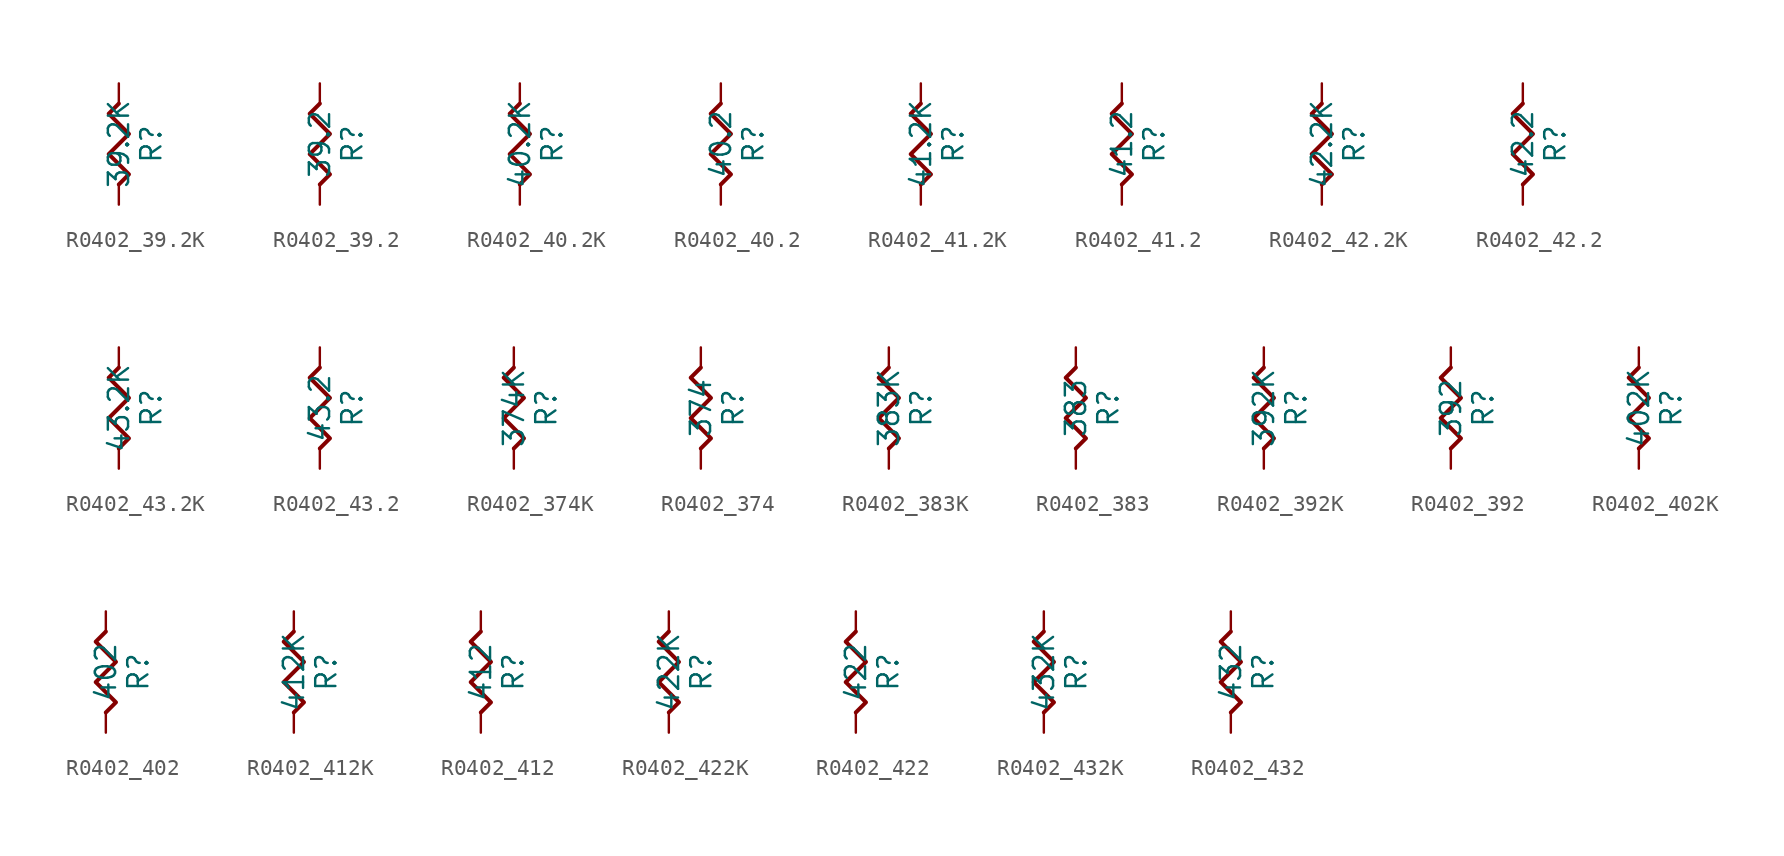
<source format=kicad_sym>
(kicad_symbol_lib
  (version 20211014)
  (generator atlantix-eda)
  (symbol "R0402_39.2K"
    (pin_numbers hide)
    (pin_names
      (offset 0))
    (property "Reference" "R"
      (at 2.032 0 90)
      (effects (font (size 1.27 1.27))))
    (property "Value" "39.2K"
      (at 0 0 90)
      (effects (font (size 1.27 1.27))))
    (symbol "R0402_39.2K_0_1"
      (polyline (pts (xy 0 -2.54) (xy 0.635 -1.905) (xy -0.635 -0.635) (xy 0.635 0.635) (xy -0.635 1.905) (xy 0 2.54)) (stroke (width 0.254) (type default) (color 0 0 0 0)) (fill (type none))))
    (symbol "R0402_39.2K_1_1"
      (pin passive line (at 0 3.81 270) (length 1.27) (name "~" (effects (font (size 1.27 1.27)))) (number "1" (effects (font (size 1.27 1.27)))))
      (pin passive line (at 0 -3.81 90) (length 1.27) (name "~" (effects (font (size 1.27 1.27)))) (number "2" (effects (font (size 1.27 1.27)))))))
  (symbol "R0402_39.2"
    (pin_numbers hide)
    (pin_names
      (offset 0))
    (property "Reference" "R"
      (at 2.032 0 90)
      (effects (font (size 1.27 1.27))))
    (property "Value" "39.2"
      (at 0 0 90)
      (effects (font (size 1.27 1.27))))
    (symbol "R0402_39.2_0_1"
      (polyline (pts (xy 0 -2.54) (xy 0.635 -1.905) (xy -0.635 -0.635) (xy 0.635 0.635) (xy -0.635 1.905) (xy 0 2.54)) (stroke (width 0.254) (type default) (color 0 0 0 0)) (fill (type none))))
    (symbol "R0402_39.2_1_1"
      (pin passive line (at 0 3.81 270) (length 1.27) (name "~" (effects (font (size 1.27 1.27)))) (number "1" (effects (font (size 1.27 1.27)))))
      (pin passive line (at 0 -3.81 90) (length 1.27) (name "~" (effects (font (size 1.27 1.27)))) (number "2" (effects (font (size 1.27 1.27)))))))
  (symbol "R0402_40.2K"
    (pin_numbers hide)
    (pin_names
      (offset 0))
    (property "Reference" "R"
      (at 2.032 0 90)
      (effects (font (size 1.27 1.27))))
    (property "Value" "40.2K"
      (at 0 0 90)
      (effects (font (size 1.27 1.27))))
    (symbol "R0402_40.2K_0_1"
      (polyline (pts (xy 0 -2.54) (xy 0.635 -1.905) (xy -0.635 -0.635) (xy 0.635 0.635) (xy -0.635 1.905) (xy 0 2.54)) (stroke (width 0.254) (type default) (color 0 0 0 0)) (fill (type none))))
    (symbol "R0402_40.2K_1_1"
      (pin passive line (at 0 3.81 270) (length 1.27) (name "~" (effects (font (size 1.27 1.27)))) (number "1" (effects (font (size 1.27 1.27)))))
      (pin passive line (at 0 -3.81 90) (length 1.27) (name "~" (effects (font (size 1.27 1.27)))) (number "2" (effects (font (size 1.27 1.27)))))))
  (symbol "R0402_40.2"
    (pin_numbers hide)
    (pin_names
      (offset 0))
    (property "Reference" "R"
      (at 2.032 0 90)
      (effects (font (size 1.27 1.27))))
    (property "Value" "40.2"
      (at 0 0 90)
      (effects (font (size 1.27 1.27))))
    (symbol "R0402_40.2_0_1"
      (polyline (pts (xy 0 -2.54) (xy 0.635 -1.905) (xy -0.635 -0.635) (xy 0.635 0.635) (xy -0.635 1.905) (xy 0 2.54)) (stroke (width 0.254) (type default) (color 0 0 0 0)) (fill (type none))))
    (symbol "R0402_40.2_1_1"
      (pin passive line (at 0 3.81 270) (length 1.27) (name "~" (effects (font (size 1.27 1.27)))) (number "1" (effects (font (size 1.27 1.27)))))
      (pin passive line (at 0 -3.81 90) (length 1.27) (name "~" (effects (font (size 1.27 1.27)))) (number "2" (effects (font (size 1.27 1.27)))))))
  (symbol "R0402_41.2K"
    (pin_numbers hide)
    (pin_names
      (offset 0))
    (property "Reference" "R"
      (at 2.032 0 90)
      (effects (font (size 1.27 1.27))))
    (property "Value" "41.2K"
      (at 0 0 90)
      (effects (font (size 1.27 1.27))))
    (symbol "R0402_41.2K_0_1"
      (polyline (pts (xy 0 -2.54) (xy 0.635 -1.905) (xy -0.635 -0.635) (xy 0.635 0.635) (xy -0.635 1.905) (xy 0 2.54)) (stroke (width 0.254) (type default) (color 0 0 0 0)) (fill (type none))))
    (symbol "R0402_41.2K_1_1"
      (pin passive line (at 0 3.81 270) (length 1.27) (name "~" (effects (font (size 1.27 1.27)))) (number "1" (effects (font (size 1.27 1.27)))))
      (pin passive line (at 0 -3.81 90) (length 1.27) (name "~" (effects (font (size 1.27 1.27)))) (number "2" (effects (font (size 1.27 1.27)))))))
  (symbol "R0402_41.2"
    (pin_numbers hide)
    (pin_names
      (offset 0))
    (property "Reference" "R"
      (at 2.032 0 90)
      (effects (font (size 1.27 1.27))))
    (property "Value" "41.2"
      (at 0 0 90)
      (effects (font (size 1.27 1.27))))
    (symbol "R0402_41.2_0_1"
      (polyline (pts (xy 0 -2.54) (xy 0.635 -1.905) (xy -0.635 -0.635) (xy 0.635 0.635) (xy -0.635 1.905) (xy 0 2.54)) (stroke (width 0.254) (type default) (color 0 0 0 0)) (fill (type none))))
    (symbol "R0402_41.2_1_1"
      (pin passive line (at 0 3.81 270) (length 1.27) (name "~" (effects (font (size 1.27 1.27)))) (number "1" (effects (font (size 1.27 1.27)))))
      (pin passive line (at 0 -3.81 90) (length 1.27) (name "~" (effects (font (size 1.27 1.27)))) (number "2" (effects (font (size 1.27 1.27)))))))
  (symbol "R0402_42.2K"
    (pin_numbers hide)
    (pin_names
      (offset 0))
    (property "Reference" "R"
      (at 2.032 0 90)
      (effects (font (size 1.27 1.27))))
    (property "Value" "42.2K"
      (at 0 0 90)
      (effects (font (size 1.27 1.27))))
    (symbol "R0402_42.2K_0_1"
      (polyline (pts (xy 0 -2.54) (xy 0.635 -1.905) (xy -0.635 -0.635) (xy 0.635 0.635) (xy -0.635 1.905) (xy 0 2.54)) (stroke (width 0.254) (type default) (color 0 0 0 0)) (fill (type none))))
    (symbol "R0402_42.2K_1_1"
      (pin passive line (at 0 3.81 270) (length 1.27) (name "~" (effects (font (size 1.27 1.27)))) (number "1" (effects (font (size 1.27 1.27)))))
      (pin passive line (at 0 -3.81 90) (length 1.27) (name "~" (effects (font (size 1.27 1.27)))) (number "2" (effects (font (size 1.27 1.27)))))))
  (symbol "R0402_42.2"
    (pin_numbers hide)
    (pin_names
      (offset 0))
    (property "Reference" "R"
      (at 2.032 0 90)
      (effects (font (size 1.27 1.27))))
    (property "Value" "42.2"
      (at 0 0 90)
      (effects (font (size 1.27 1.27))))
    (symbol "R0402_42.2_0_1"
      (polyline (pts (xy 0 -2.54) (xy 0.635 -1.905) (xy -0.635 -0.635) (xy 0.635 0.635) (xy -0.635 1.905) (xy 0 2.54)) (stroke (width 0.254) (type default) (color 0 0 0 0)) (fill (type none))))
    (symbol "R0402_42.2_1_1"
      (pin passive line (at 0 3.81 270) (length 1.27) (name "~" (effects (font (size 1.27 1.27)))) (number "1" (effects (font (size 1.27 1.27)))))
      (pin passive line (at 0 -3.81 90) (length 1.27) (name "~" (effects (font (size 1.27 1.27)))) (number "2" (effects (font (size 1.27 1.27)))))))
  (symbol "R0402_43.2K"
    (pin_numbers hide)
    (pin_names
      (offset 0))
    (property "Reference" "R"
      (at 2.032 0 90)
      (effects (font (size 1.27 1.27))))
    (property "Value" "43.2K"
      (at 0 0 90)
      (effects (font (size 1.27 1.27))))
    (symbol "R0402_43.2K_0_1"
      (polyline (pts (xy 0 -2.54) (xy 0.635 -1.905) (xy -0.635 -0.635) (xy 0.635 0.635) (xy -0.635 1.905) (xy 0 2.54)) (stroke (width 0.254) (type default) (color 0 0 0 0)) (fill (type none))))
    (symbol "R0402_43.2K_1_1"
      (pin passive line (at 0 3.81 270) (length 1.27) (name "~" (effects (font (size 1.27 1.27)))) (number "1" (effects (font (size 1.27 1.27)))))
      (pin passive line (at 0 -3.81 90) (length 1.27) (name "~" (effects (font (size 1.27 1.27)))) (number "2" (effects (font (size 1.27 1.27)))))))
  (symbol "R0402_43.2"
    (pin_numbers hide)
    (pin_names
      (offset 0))
    (property "Reference" "R"
      (at 2.032 0 90)
      (effects (font (size 1.27 1.27))))
    (property "Value" "43.2"
      (at 0 0 90)
      (effects (font (size 1.27 1.27))))
    (symbol "R0402_43.2_0_1"
      (polyline (pts (xy 0 -2.54) (xy 0.635 -1.905) (xy -0.635 -0.635) (xy 0.635 0.635) (xy -0.635 1.905) (xy 0 2.54)) (stroke (width 0.254) (type default) (color 0 0 0 0)) (fill (type none))))
    (symbol "R0402_43.2_1_1"
      (pin passive line (at 0 3.81 270) (length 1.27) (name "~" (effects (font (size 1.27 1.27)))) (number "1" (effects (font (size 1.27 1.27)))))
      (pin passive line (at 0 -3.81 90) (length 1.27) (name "~" (effects (font (size 1.27 1.27)))) (number "2" (effects (font (size 1.27 1.27)))))))
  (symbol "R0402_374K"
    (pin_numbers hide)
    (pin_names
      (offset 0))
    (property "Reference" "R"
      (at 2.032 0 90)
      (effects (font (size 1.27 1.27))))
    (property "Value" "374K"
      (at 0 0 90)
      (effects (font (size 1.27 1.27))))
    (symbol "R0402_374K_0_1"
      (polyline (pts (xy 0 -2.54) (xy 0.635 -1.905) (xy -0.635 -0.635) (xy 0.635 0.635) (xy -0.635 1.905) (xy 0 2.54)) (stroke (width 0.254) (type default) (color 0 0 0 0)) (fill (type none))))
    (symbol "R0402_374K_1_1"
      (pin passive line (at 0 3.81 270) (length 1.27) (name "~" (effects (font (size 1.27 1.27)))) (number "1" (effects (font (size 1.27 1.27)))))
      (pin passive line (at 0 -3.81 90) (length 1.27) (name "~" (effects (font (size 1.27 1.27)))) (number "2" (effects (font (size 1.27 1.27)))))))
  (symbol "R0402_374"
    (pin_numbers hide)
    (pin_names
      (offset 0))
    (property "Reference" "R"
      (at 2.032 0 90)
      (effects (font (size 1.27 1.27))))
    (property "Value" "374"
      (at 0 0 90)
      (effects (font (size 1.27 1.27))))
    (symbol "R0402_374_0_1"
      (polyline (pts (xy 0 -2.54) (xy 0.635 -1.905) (xy -0.635 -0.635) (xy 0.635 0.635) (xy -0.635 1.905) (xy 0 2.54)) (stroke (width 0.254) (type default) (color 0 0 0 0)) (fill (type none))))
    (symbol "R0402_374_1_1"
      (pin passive line (at 0 3.81 270) (length 1.27) (name "~" (effects (font (size 1.27 1.27)))) (number "1" (effects (font (size 1.27 1.27)))))
      (pin passive line (at 0 -3.81 90) (length 1.27) (name "~" (effects (font (size 1.27 1.27)))) (number "2" (effects (font (size 1.27 1.27)))))))
  (symbol "R0402_383K"
    (pin_numbers hide)
    (pin_names
      (offset 0))
    (property "Reference" "R"
      (at 2.032 0 90)
      (effects (font (size 1.27 1.27))))
    (property "Value" "383K"
      (at 0 0 90)
      (effects (font (size 1.27 1.27))))
    (symbol "R0402_383K_0_1"
      (polyline (pts (xy 0 -2.54) (xy 0.635 -1.905) (xy -0.635 -0.635) (xy 0.635 0.635) (xy -0.635 1.905) (xy 0 2.54)) (stroke (width 0.254) (type default) (color 0 0 0 0)) (fill (type none))))
    (symbol "R0402_383K_1_1"
      (pin passive line (at 0 3.81 270) (length 1.27) (name "~" (effects (font (size 1.27 1.27)))) (number "1" (effects (font (size 1.27 1.27)))))
      (pin passive line (at 0 -3.81 90) (length 1.27) (name "~" (effects (font (size 1.27 1.27)))) (number "2" (effects (font (size 1.27 1.27)))))))
  (symbol "R0402_383"
    (pin_numbers hide)
    (pin_names
      (offset 0))
    (property "Reference" "R"
      (at 2.032 0 90)
      (effects (font (size 1.27 1.27))))
    (property "Value" "383"
      (at 0 0 90)
      (effects (font (size 1.27 1.27))))
    (symbol "R0402_383_0_1"
      (polyline (pts (xy 0 -2.54) (xy 0.635 -1.905) (xy -0.635 -0.635) (xy 0.635 0.635) (xy -0.635 1.905) (xy 0 2.54)) (stroke (width 0.254) (type default) (color 0 0 0 0)) (fill (type none))))
    (symbol "R0402_383_1_1"
      (pin passive line (at 0 3.81 270) (length 1.27) (name "~" (effects (font (size 1.27 1.27)))) (number "1" (effects (font (size 1.27 1.27)))))
      (pin passive line (at 0 -3.81 90) (length 1.27) (name "~" (effects (font (size 1.27 1.27)))) (number "2" (effects (font (size 1.27 1.27)))))))
  (symbol "R0402_392K"
    (pin_numbers hide)
    (pin_names
      (offset 0))
    (property "Reference" "R"
      (at 2.032 0 90)
      (effects (font (size 1.27 1.27))))
    (property "Value" "392K"
      (at 0 0 90)
      (effects (font (size 1.27 1.27))))
    (symbol "R0402_392K_0_1"
      (polyline (pts (xy 0 -2.54) (xy 0.635 -1.905) (xy -0.635 -0.635) (xy 0.635 0.635) (xy -0.635 1.905) (xy 0 2.54)) (stroke (width 0.254) (type default) (color 0 0 0 0)) (fill (type none))))
    (symbol "R0402_392K_1_1"
      (pin passive line (at 0 3.81 270) (length 1.27) (name "~" (effects (font (size 1.27 1.27)))) (number "1" (effects (font (size 1.27 1.27)))))
      (pin passive line (at 0 -3.81 90) (length 1.27) (name "~" (effects (font (size 1.27 1.27)))) (number "2" (effects (font (size 1.27 1.27)))))))
  (symbol "R0402_392"
    (pin_numbers hide)
    (pin_names
      (offset 0))
    (property "Reference" "R"
      (at 2.032 0 90)
      (effects (font (size 1.27 1.27))))
    (property "Value" "392"
      (at 0 0 90)
      (effects (font (size 1.27 1.27))))
    (symbol "R0402_392_0_1"
      (polyline (pts (xy 0 -2.54) (xy 0.635 -1.905) (xy -0.635 -0.635) (xy 0.635 0.635) (xy -0.635 1.905) (xy 0 2.54)) (stroke (width 0.254) (type default) (color 0 0 0 0)) (fill (type none))))
    (symbol "R0402_392_1_1"
      (pin passive line (at 0 3.81 270) (length 1.27) (name "~" (effects (font (size 1.27 1.27)))) (number "1" (effects (font (size 1.27 1.27)))))
      (pin passive line (at 0 -3.81 90) (length 1.27) (name "~" (effects (font (size 1.27 1.27)))) (number "2" (effects (font (size 1.27 1.27)))))))
  (symbol "R0402_402K"
    (pin_numbers hide)
    (pin_names
      (offset 0))
    (property "Reference" "R"
      (at 2.032 0 90)
      (effects (font (size 1.27 1.27))))
    (property "Value" "402K"
      (at 0 0 90)
      (effects (font (size 1.27 1.27))))
    (symbol "R0402_402K_0_1"
      (polyline (pts (xy 0 -2.54) (xy 0.635 -1.905) (xy -0.635 -0.635) (xy 0.635 0.635) (xy -0.635 1.905) (xy 0 2.54)) (stroke (width 0.254) (type default) (color 0 0 0 0)) (fill (type none))))
    (symbol "R0402_402K_1_1"
      (pin passive line (at 0 3.81 270) (length 1.27) (name "~" (effects (font (size 1.27 1.27)))) (number "1" (effects (font (size 1.27 1.27)))))
      (pin passive line (at 0 -3.81 90) (length 1.27) (name "~" (effects (font (size 1.27 1.27)))) (number "2" (effects (font (size 1.27 1.27)))))))
  (symbol "R0402_402"
    (pin_numbers hide)
    (pin_names
      (offset 0))
    (property "Reference" "R"
      (at 2.032 0 90)
      (effects (font (size 1.27 1.27))))
    (property "Value" "402"
      (at 0 0 90)
      (effects (font (size 1.27 1.27))))
    (symbol "R0402_402_0_1"
      (polyline (pts (xy 0 -2.54) (xy 0.635 -1.905) (xy -0.635 -0.635) (xy 0.635 0.635) (xy -0.635 1.905) (xy 0 2.54)) (stroke (width 0.254) (type default) (color 0 0 0 0)) (fill (type none))))
    (symbol "R0402_402_1_1"
      (pin passive line (at 0 3.81 270) (length 1.27) (name "~" (effects (font (size 1.27 1.27)))) (number "1" (effects (font (size 1.27 1.27)))))
      (pin passive line (at 0 -3.81 90) (length 1.27) (name "~" (effects (font (size 1.27 1.27)))) (number "2" (effects (font (size 1.27 1.27)))))))
  (symbol "R0402_412K"
    (pin_numbers hide)
    (pin_names
      (offset 0))
    (property "Reference" "R"
      (at 2.032 0 90)
      (effects (font (size 1.27 1.27))))
    (property "Value" "412K"
      (at 0 0 90)
      (effects (font (size 1.27 1.27))))
    (symbol "R0402_412K_0_1"
      (polyline (pts (xy 0 -2.54) (xy 0.635 -1.905) (xy -0.635 -0.635) (xy 0.635 0.635) (xy -0.635 1.905) (xy 0 2.54)) (stroke (width 0.254) (type default) (color 0 0 0 0)) (fill (type none))))
    (symbol "R0402_412K_1_1"
      (pin passive line (at 0 3.81 270) (length 1.27) (name "~" (effects (font (size 1.27 1.27)))) (number "1" (effects (font (size 1.27 1.27)))))
      (pin passive line (at 0 -3.81 90) (length 1.27) (name "~" (effects (font (size 1.27 1.27)))) (number "2" (effects (font (size 1.27 1.27)))))))
  (symbol "R0402_412"
    (pin_numbers hide)
    (pin_names
      (offset 0))
    (property "Reference" "R"
      (at 2.032 0 90)
      (effects (font (size 1.27 1.27))))
    (property "Value" "412"
      (at 0 0 90)
      (effects (font (size 1.27 1.27))))
    (symbol "R0402_412_0_1"
      (polyline (pts (xy 0 -2.54) (xy 0.635 -1.905) (xy -0.635 -0.635) (xy 0.635 0.635) (xy -0.635 1.905) (xy 0 2.54)) (stroke (width 0.254) (type default) (color 0 0 0 0)) (fill (type none))))
    (symbol "R0402_412_1_1"
      (pin passive line (at 0 3.81 270) (length 1.27) (name "~" (effects (font (size 1.27 1.27)))) (number "1" (effects (font (size 1.27 1.27)))))
      (pin passive line (at 0 -3.81 90) (length 1.27) (name "~" (effects (font (size 1.27 1.27)))) (number "2" (effects (font (size 1.27 1.27)))))))
  (symbol "R0402_422K"
    (pin_numbers hide)
    (pin_names
      (offset 0))
    (property "Reference" "R"
      (at 2.032 0 90)
      (effects (font (size 1.27 1.27))))
    (property "Value" "422K"
      (at 0 0 90)
      (effects (font (size 1.27 1.27))))
    (symbol "R0402_422K_0_1"
      (polyline (pts (xy 0 -2.54) (xy 0.635 -1.905) (xy -0.635 -0.635) (xy 0.635 0.635) (xy -0.635 1.905) (xy 0 2.54)) (stroke (width 0.254) (type default) (color 0 0 0 0)) (fill (type none))))
    (symbol "R0402_422K_1_1"
      (pin passive line (at 0 3.81 270) (length 1.27) (name "~" (effects (font (size 1.27 1.27)))) (number "1" (effects (font (size 1.27 1.27)))))
      (pin passive line (at 0 -3.81 90) (length 1.27) (name "~" (effects (font (size 1.27 1.27)))) (number "2" (effects (font (size 1.27 1.27)))))))
  (symbol "R0402_422"
    (pin_numbers hide)
    (pin_names
      (offset 0))
    (property "Reference" "R"
      (at 2.032 0 90)
      (effects (font (size 1.27 1.27))))
    (property "Value" "422"
      (at 0 0 90)
      (effects (font (size 1.27 1.27))))
    (symbol "R0402_422_0_1"
      (polyline (pts (xy 0 -2.54) (xy 0.635 -1.905) (xy -0.635 -0.635) (xy 0.635 0.635) (xy -0.635 1.905) (xy 0 2.54)) (stroke (width 0.254) (type default) (color 0 0 0 0)) (fill (type none))))
    (symbol "R0402_422_1_1"
      (pin passive line (at 0 3.81 270) (length 1.27) (name "~" (effects (font (size 1.27 1.27)))) (number "1" (effects (font (size 1.27 1.27)))))
      (pin passive line (at 0 -3.81 90) (length 1.27) (name "~" (effects (font (size 1.27 1.27)))) (number "2" (effects (font (size 1.27 1.27)))))))
  (symbol "R0402_432K"
    (pin_numbers hide)
    (pin_names
      (offset 0))
    (property "Reference" "R"
      (at 2.032 0 90)
      (effects (font (size 1.27 1.27))))
    (property "Value" "432K"
      (at 0 0 90)
      (effects (font (size 1.27 1.27))))
    (symbol "R0402_432K_0_1"
      (polyline (pts (xy 0 -2.54) (xy 0.635 -1.905) (xy -0.635 -0.635) (xy 0.635 0.635) (xy -0.635 1.905) (xy 0 2.54)) (stroke (width 0.254) (type default) (color 0 0 0 0)) (fill (type none))))
    (symbol "R0402_432K_1_1"
      (pin passive line (at 0 3.81 270) (length 1.27) (name "~" (effects (font (size 1.27 1.27)))) (number "1" (effects (font (size 1.27 1.27)))))
      (pin passive line (at 0 -3.81 90) (length 1.27) (name "~" (effects (font (size 1.27 1.27)))) (number "2" (effects (font (size 1.27 1.27)))))))
  (symbol "R0402_432"
    (pin_numbers hide)
    (pin_names
      (offset 0))
    (property "Reference" "R"
      (at 2.032 0 90)
      (effects (font (size 1.27 1.27))))
    (property "Value" "432"
      (at 0 0 90)
      (effects (font (size 1.27 1.27))))
    (symbol "R0402_432_0_1"
      (polyline (pts (xy 0 -2.54) (xy 0.635 -1.905) (xy -0.635 -0.635) (xy 0.635 0.635) (xy -0.635 1.905) (xy 0 2.54)) (stroke (width 0.254) (type default) (color 0 0 0 0)) (fill (type none))))
    (symbol "R0402_432_1_1"
      (pin passive line (at 0 3.81 270) (length 1.27) (name "~" (effects (font (size 1.27 1.27)))) (number "1" (effects (font (size 1.27 1.27)))))
      (pin passive line (at 0 -3.81 90) (length 1.27) (name "~" (effects (font (size 1.27 1.27)))) (number "2" (effects (font (size 1.27 1.27))))))))
</source>
